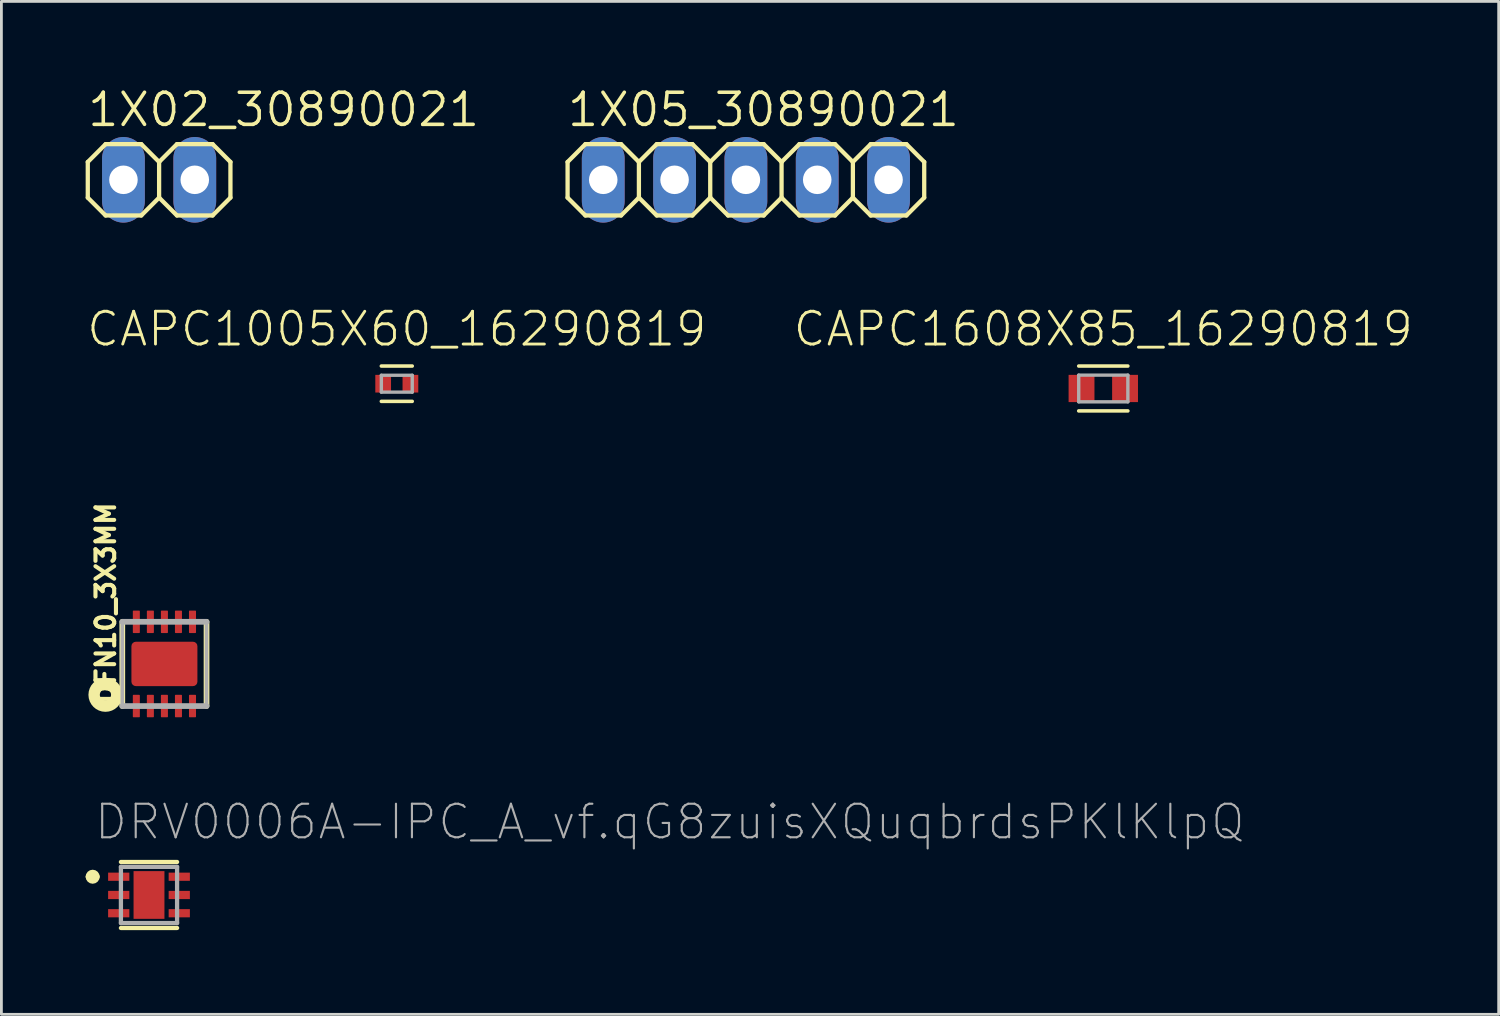
<source format=kicad_pcb>
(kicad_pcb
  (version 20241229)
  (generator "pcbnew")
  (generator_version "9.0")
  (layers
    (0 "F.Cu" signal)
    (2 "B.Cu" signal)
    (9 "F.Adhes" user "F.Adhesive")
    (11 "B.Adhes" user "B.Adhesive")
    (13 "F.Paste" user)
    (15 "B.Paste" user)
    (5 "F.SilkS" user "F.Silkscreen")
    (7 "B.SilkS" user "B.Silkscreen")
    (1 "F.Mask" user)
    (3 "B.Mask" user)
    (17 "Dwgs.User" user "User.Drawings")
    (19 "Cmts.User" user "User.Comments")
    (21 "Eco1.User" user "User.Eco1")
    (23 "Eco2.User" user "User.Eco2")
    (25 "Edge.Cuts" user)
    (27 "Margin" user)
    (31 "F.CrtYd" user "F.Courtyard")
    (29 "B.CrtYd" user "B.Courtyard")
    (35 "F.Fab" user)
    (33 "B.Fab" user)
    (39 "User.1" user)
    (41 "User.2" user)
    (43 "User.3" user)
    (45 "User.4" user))
  (footprint "CAPC1005X60_16290819"
    (layer "F.Cu")
    (at 11.08 10.614)
    (property "Reference" "CAPC1005X60_16290819" (at 0 -1.264 0) (unlocked yes) (layer "F.SilkS") (effects (font (size 1.168 1.168) (thickness 0.102)) (justify bottom)))
    (fp_line (start 0.55 -0.629) (end -0.55 -0.629) (stroke (width 0.127) (type solid)) (layer "F.SilkS"))
    (fp_line (start 0.55 0.629) (end -0.55 0.629) (stroke (width 0.127) (type solid)) (layer "F.SilkS"))
    (fp_line (start -0.55 -0.3) (end 0.55 -0.3) (stroke (width 0.12) (type solid)) (layer "F.Fab"))
    (fp_line (start -0.55 0.3) (end -0.55 -0.3) (stroke (width 0.12) (type solid)) (layer "F.Fab"))
    (fp_line (start 0.55 -0.3) (end 0.55 0.3) (stroke (width 0.12) (type solid)) (layer "F.Fab"))
    (fp_line (start 0.55 0.3) (end -0.55 0.3) (stroke (width 0.12) (type solid)) (layer "F.Fab"))
    (pad "1" smd rect (at -0.485 0) (size 0.56 0.629) (layers "F.Cu" "F.Mask" "F.Paste"))
    (pad "2" smd rect (at 0.485 0) (size 0.56 0.629) (layers "F.Cu" "F.Mask" "F.Paste")))
  (footprint "CAPC1608X85_16290819"
    (layer "F.Cu")
    (at 36.239 10.784)
    (property "Reference" "CAPC1608X85_16290819" (at 0 -1.434 0) (unlocked yes) (layer "F.SilkS") (effects (font (size 1.168 1.168) (thickness 0.102)) (justify bottom)))
    (fp_line (start 0.875 -0.799) (end -0.875 -0.799) (stroke (width 0.127) (type solid)) (layer "F.SilkS"))
    (fp_line (start 0.875 0.799) (end -0.875 0.799) (stroke (width 0.127) (type solid)) (layer "F.SilkS"))
    (fp_line (start -0.875 -0.475) (end 0.875 -0.475) (stroke (width 0.12) (type solid)) (layer "F.Fab"))
    (fp_line (start -0.875 0.475) (end -0.875 -0.475) (stroke (width 0.12) (type solid)) (layer "F.Fab"))
    (fp_line (start 0.875 -0.475) (end 0.875 0.475) (stroke (width 0.12) (type solid)) (layer "F.Fab"))
    (fp_line (start 0.875 0.475) (end -0.875 0.475) (stroke (width 0.12) (type solid)) (layer "F.Fab"))
    (pad "1" smd rect (at -0.775 0) (size 0.921 0.97) (layers "F.Cu" "F.Mask" "F.Paste"))
    (pad "2" smd rect (at 0.775 0) (size 0.921 0.97) (layers "F.Cu" "F.Mask" "F.Paste")))
  (footprint "DFN10_3X3MM"
    (layer "F.Cu")
    (at 2.805 20.593)
    (property "Reference" "DFN10_3X3MM" (at -1.7 1.5 90) (unlocked yes) (layer "F.SilkS") (effects (font (size 0.666 0.666) (thickness 0.146)) (justify left bottom)))
    (fp_line (start -1.5 -1.5) (end -1.5 1.5) (stroke (width 0.203) (type solid)) (layer "F.SilkS"))
    (fp_line (start 1.5 -1.5) (end 1.5 1.5) (stroke (width 0.203) (type solid)) (layer "F.SilkS"))
    (fp_circle (center -2.1 1.1) (end -1.9 1.1) (stroke (width 0.406) (type solid)) (fill no) (layer "F.SilkS"))
    (fp_poly (pts (xy -1 -0.1) (xy -0.5 -0.1) (xy -0.5 -0.6) (xy -1 -0.6)) (stroke (width 0) (type default)) (fill yes) (layer "F.Paste"))
    (fp_poly (pts (xy -1 0.6) (xy -0.5 0.6) (xy -0.5 0.1) (xy -1 0.1)) (stroke (width 0) (type default)) (fill yes) (layer "F.Paste"))
    (fp_poly (pts (xy -0.3 0.6) (xy 0.3 0.6) (xy 0.3 -0.6) (xy -0.3 -0.6)) (stroke (width 0) (type default)) (fill yes) (layer "F.Paste"))
    (fp_poly (pts (xy 0.5 -0.1) (xy 1 -0.1) (xy 1 -0.6) (xy 0.5 -0.6)) (stroke (width 0) (type default)) (fill yes) (layer "F.Paste"))
    (fp_poly (pts (xy 0.5 0.6) (xy 1 0.6) (xy 1 0.1) (xy 0.5 0.1)) (stroke (width 0) (type default)) (fill yes) (layer "F.Paste"))
    (fp_line (start -1.5 -1.5) (end 1.5 -1.5) (stroke (width 0.203) (type solid)) (layer "F.Fab"))
    (fp_line (start -1.5 1.5) (end -1.5 -1.5) (stroke (width 0.127) (type solid)) (layer "F.Fab"))
    (fp_line (start 1.5 -1.5) (end 1.5 1.5) (stroke (width 0.127) (type solid)) (layer "F.Fab"))
    (fp_line (start 1.5 1.5) (end -1.5 1.5) (stroke (width 0.203) (type solid)) (layer "F.Fab"))
    (pad "1" smd roundrect (at -1 1.5) (size 0.25 0.8) (layers "F.Cu" "F.Mask" "F.Paste") (roundrect_rratio 0.1))
    (pad "2" smd roundrect (at -0.5 1.5) (size 0.25 0.8) (layers "F.Cu" "F.Mask" "F.Paste") (roundrect_rratio 0.1))
    (pad "3" smd roundrect (at 0 1.5) (size 0.25 0.8) (layers "F.Cu" "F.Mask" "F.Paste") (roundrect_rratio 0.1))
    (pad "4" smd roundrect (at 0.5 1.5) (size 0.25 0.8) (layers "F.Cu" "F.Mask" "F.Paste") (roundrect_rratio 0.1))
    (pad "5" smd roundrect (at 1 1.5) (size 0.25 0.8) (layers "F.Cu" "F.Mask" "F.Paste") (roundrect_rratio 0.1))
    (pad "6" smd roundrect (at 1 -1.5) (size 0.25 0.8) (layers "F.Cu" "F.Mask" "F.Paste") (roundrect_rratio 0.1))
    (pad "7" smd roundrect (at 0.5 -1.5) (size 0.25 0.8) (layers "F.Cu" "F.Mask" "F.Paste") (roundrect_rratio 0.1))
    (pad "8" smd roundrect (at 0 -1.5) (size 0.25 0.8) (layers "F.Cu" "F.Mask" "F.Paste") (roundrect_rratio 0.1))
    (pad "9" smd roundrect (at -0.5 -1.5) (size 0.25 0.8) (layers "F.Cu" "F.Mask" "F.Paste") (roundrect_rratio 0.1))
    (pad "10" smd roundrect (at -1 -1.5) (size 0.25 0.8) (layers "F.Cu" "F.Mask" "F.Paste") (roundrect_rratio 0.1))
    (pad "GND" smd roundrect (at 0 0) (size 2.35 1.58) (layers "F.Cu" "F.Mask") (roundrect_rratio 0.1)))
  (footprint "1X05_30890021"
    (layer "F.Cu")
    (at 23.512 3.353)
    (property "Reference" "1X05_30890021" (at -6.426 -1.829 0) (unlocked yes) (layer "F.SilkS") (effects (font (size 1.143 1.143) (thickness 0.127)) (justify left bottom)))
    (fp_line (start -6.35 -0.635) (end -6.35 0.635) (stroke (width 0.152) (type solid)) (layer "F.SilkS"))
    (fp_line (start -6.35 0.635) (end -5.715 1.27) (stroke (width 0.152) (type solid)) (layer "F.SilkS"))
    (fp_line (start -5.715 -1.27) (end -6.35 -0.635) (stroke (width 0.152) (type solid)) (layer "F.SilkS"))
    (fp_line (start -5.715 -1.27) (end -4.445 -1.27) (stroke (width 0.152) (type solid)) (layer "F.SilkS"))
    (fp_line (start -4.445 -1.27) (end -3.81 -0.635) (stroke (width 0.152) (type solid)) (layer "F.SilkS"))
    (fp_line (start -4.445 1.27) (end -5.715 1.27) (stroke (width 0.152) (type solid)) (layer "F.SilkS"))
    (fp_line (start -3.81 -0.635) (end -3.81 0.635) (stroke (width 0.152) (type solid)) (layer "F.SilkS"))
    (fp_line (start -3.81 -0.635) (end -3.175 -1.27) (stroke (width 0.152) (type solid)) (layer "F.SilkS"))
    (fp_line (start -3.81 0.635) (end -4.445 1.27) (stroke (width 0.152) (type solid)) (layer "F.SilkS"))
    (fp_line (start -3.175 -1.27) (end -1.905 -1.27) (stroke (width 0.152) (type solid)) (layer "F.SilkS"))
    (fp_line (start -3.175 1.27) (end -3.81 0.635) (stroke (width 0.152) (type solid)) (layer "F.SilkS"))
    (fp_line (start -1.905 -1.27) (end -1.27 -0.635) (stroke (width 0.152) (type solid)) (layer "F.SilkS"))
    (fp_line (start -1.905 1.27) (end -3.175 1.27) (stroke (width 0.152) (type solid)) (layer "F.SilkS"))
    (fp_line (start -1.27 -0.635) (end -1.27 0.635) (stroke (width 0.152) (type solid)) (layer "F.SilkS"))
    (fp_line (start -1.27 -0.635) (end -0.635 -1.27) (stroke (width 0.152) (type solid)) (layer "F.SilkS"))
    (fp_line (start -1.27 0.635) (end -1.905 1.27) (stroke (width 0.152) (type solid)) (layer "F.SilkS"))
    (fp_line (start -0.635 -1.27) (end 0.635 -1.27) (stroke (width 0.152) (type solid)) (layer "F.SilkS"))
    (fp_line (start -0.635 1.27) (end -1.27 0.635) (stroke (width 0.152) (type solid)) (layer "F.SilkS"))
    (fp_line (start 0.635 -1.27) (end 1.27 -0.635) (stroke (width 0.152) (type solid)) (layer "F.SilkS"))
    (fp_line (start 0.635 1.27) (end -0.635 1.27) (stroke (width 0.152) (type solid)) (layer "F.SilkS"))
    (fp_line (start 1.27 -0.635) (end 1.27 0.635) (stroke (width 0.152) (type solid)) (layer "F.SilkS"))
    (fp_line (start 1.27 0.635) (end 0.635 1.27) (stroke (width 0.152) (type solid)) (layer "F.SilkS"))
    (fp_line (start 1.27 0.635) (end 1.905 1.27) (stroke (width 0.152) (type solid)) (layer "F.SilkS"))
    (fp_line (start 1.905 -1.27) (end 1.27 -0.635) (stroke (width 0.152) (type solid)) (layer "F.SilkS"))
    (fp_line (start 1.905 -1.27) (end 3.175 -1.27) (stroke (width 0.152) (type solid)) (layer "F.SilkS"))
    (fp_line (start 3.175 -1.27) (end 3.81 -0.635) (stroke (width 0.152) (type solid)) (layer "F.SilkS"))
    (fp_line (start 3.175 1.27) (end 1.905 1.27) (stroke (width 0.152) (type solid)) (layer "F.SilkS"))
    (fp_line (start 3.81 -0.635) (end 3.81 0.635) (stroke (width 0.152) (type solid)) (layer "F.SilkS"))
    (fp_line (start 3.81 0.635) (end 3.175 1.27) (stroke (width 0.152) (type solid)) (layer "F.SilkS"))
    (fp_line (start 3.81 0.635) (end 4.445 1.27) (stroke (width 0.152) (type solid)) (layer "F.SilkS"))
    (fp_line (start 4.445 -1.27) (end 3.81 -0.635) (stroke (width 0.152) (type solid)) (layer "F.SilkS"))
    (fp_line (start 4.445 -1.27) (end 5.715 -1.27) (stroke (width 0.152) (type solid)) (layer "F.SilkS"))
    (fp_line (start 5.715 -1.27) (end 6.35 -0.635) (stroke (width 0.152) (type solid)) (layer "F.SilkS"))
    (fp_line (start 5.715 1.27) (end 4.445 1.27) (stroke (width 0.152) (type solid)) (layer "F.SilkS"))
    (fp_line (start 6.35 -0.635) (end 6.35 0.635) (stroke (width 0.152) (type solid)) (layer "F.SilkS"))
    (fp_line (start 6.35 0.635) (end 5.715 1.27) (stroke (width 0.152) (type solid)) (layer "F.SilkS"))
    (fp_poly (pts (xy -5.334 0.254) (xy -4.826 0.254) (xy -4.826 -0.254) (xy -5.334 -0.254)) (stroke (width 0.1) (type default)) (fill no) (layer "F.Fab"))
    (fp_poly (pts (xy -2.794 0.254) (xy -2.286 0.254) (xy -2.286 -0.254) (xy -2.794 -0.254)) (stroke (width 0.1) (type default)) (fill no) (layer "F.Fab"))
    (fp_poly (pts (xy -0.254 0.254) (xy 0.254 0.254) (xy 0.254 -0.254) (xy -0.254 -0.254)) (stroke (width 0.1) (type default)) (fill no) (layer "F.Fab"))
    (fp_poly (pts (xy 2.286 0.254) (xy 2.794 0.254) (xy 2.794 -0.254) (xy 2.286 -0.254)) (stroke (width 0.1) (type default)) (fill no) (layer "F.Fab"))
    (fp_poly (pts (xy 4.826 0.254) (xy 5.334 0.254) (xy 5.334 -0.254) (xy 4.826 -0.254)) (stroke (width 0.1) (type default)) (fill no) (layer "F.Fab"))
    (pad "1" thru_hole oval (at -5.08 0 90) (size 3.048 1.524) (drill 1.016) (layers "*.Cu" "*.Mask"))
    (pad "2" thru_hole oval (at -2.54 0 90) (size 3.048 1.524) (drill 1.016) (layers "*.Cu" "*.Mask"))
    (pad "3" thru_hole oval (at 0 0 90) (size 3.048 1.524) (drill 1.016) (layers "*.Cu" "*.Mask"))
    (pad "4" thru_hole oval (at 2.54 0 90) (size 3.048 1.524) (drill 1.016) (layers "*.Cu" "*.Mask"))
    (pad "5" thru_hole oval (at 5.08 0 90) (size 3.048 1.524) (drill 1.016) (layers "*.Cu" "*.Mask")))
  (footprint "DRV0006A-IPC_A_vf.qG8zuisXQuqbrdsPKlKlpQ"
    (layer "F.Cu")
    (at 2.256 28.821)
    (property "Reference" "DRV0006A-IPC_A_vf.qG8zuisXQuqbrdsPKlKlpQ" (at -2.001 -1.905 0) (unlocked yes) (layer "F.Fab") (effects (font (size 1.194 1.194) (thickness 0.076)) (justify left bottom)))
    (fp_line (start -1 -1.175) (end 1 -1.175) (stroke (width 0.152) (type solid)) (layer "F.SilkS"))
    (fp_line (start -1 1.175) (end 1 1.175) (stroke (width 0.152) (type solid)) (layer "F.SilkS"))
    (fp_arc (start -2.1311 -0.65) (mid -2.0061 -0.775) (end -1.8811 -0.65) (stroke (width 0.25) (type solid)) (layer "F.SilkS"))
    (fp_arc (start -1.8811 -0.65) (mid -2.0061 -0.525) (end -2.1311 -0.65) (stroke (width 0.25) (type solid)) (layer "F.SilkS"))
    (fp_poly (pts (xy 0.32 0.62) (xy -0.32 0.62) (xy -0.32 -0.62) (xy 0.32 -0.62)) (stroke (width 0) (type default)) (fill yes) (layer "F.Paste"))
    (fp_line (start -1 -1) (end 1 -1) (stroke (width 0.152) (type solid)) (layer "F.Fab"))
    (fp_line (start -1 1) (end -1 -1) (stroke (width 0.152) (type solid)) (layer "F.Fab"))
    (fp_line (start -1 1) (end 1 1) (stroke (width 0.152) (type solid)) (layer "F.Fab"))
    (fp_line (start 1 1) (end 1 -1) (stroke (width 0.152) (type solid)) (layer "F.Fab"))
    (pad "1" smd rect (at -1.078 -0.65) (size 0.756 0.292) (layers "F.Cu" "F.Mask" "F.Paste"))
    (pad "2" smd rect (at -1.078 0) (size 0.756 0.292) (layers "F.Cu" "F.Mask" "F.Paste"))
    (pad "3" smd rect (at -1.078 0.65) (size 0.756 0.292) (layers "F.Cu" "F.Mask" "F.Paste"))
    (pad "4" smd rect (at 1.078 0.65) (size 0.756 0.292) (layers "F.Cu" "F.Mask" "F.Paste"))
    (pad "5" smd rect (at 1.078 0) (size 0.756 0.292) (layers "F.Cu" "F.Mask" "F.Paste"))
    (pad "6" smd rect (at 1.078 -0.65) (size 0.756 0.292) (layers "F.Cu" "F.Mask" "F.Paste"))
    (pad "7" smd rect (at 0 0) (size 1.1 1.7) (layers "F.Cu" "F.Mask")))
  (footprint "1X02_30890021"
    (layer "F.Cu")
    (at 2.616 3.353)
    (property "Reference" "1X02_30890021" (at -2.616 -1.829 0) (unlocked yes) (layer "F.SilkS") (effects (font (size 1.143 1.143) (thickness 0.127)) (justify left bottom)))
    (fp_line (start -2.54 -0.635) (end -2.54 0.635) (stroke (width 0.152) (type solid)) (layer "F.SilkS"))
    (fp_line (start -2.54 0.635) (end -1.905 1.27) (stroke (width 0.152) (type solid)) (layer "F.SilkS"))
    (fp_line (start -1.905 -1.27) (end -2.54 -0.635) (stroke (width 0.152) (type solid)) (layer "F.SilkS"))
    (fp_line (start -1.905 -1.27) (end -0.635 -1.27) (stroke (width 0.152) (type solid)) (layer "F.SilkS"))
    (fp_line (start -0.635 -1.27) (end 0 -0.635) (stroke (width 0.152) (type solid)) (layer "F.SilkS"))
    (fp_line (start -0.635 1.27) (end -1.905 1.27) (stroke (width 0.152) (type solid)) (layer "F.SilkS"))
    (fp_line (start 0 -0.635) (end 0 0.635) (stroke (width 0.152) (type solid)) (layer "F.SilkS"))
    (fp_line (start 0 -0.635) (end 0.635 -1.27) (stroke (width 0.152) (type solid)) (layer "F.SilkS"))
    (fp_line (start 0 0.635) (end -0.635 1.27) (stroke (width 0.152) (type solid)) (layer "F.SilkS"))
    (fp_line (start 0.635 -1.27) (end 1.905 -1.27) (stroke (width 0.152) (type solid)) (layer "F.SilkS"))
    (fp_line (start 0.635 1.27) (end 0 0.635) (stroke (width 0.152) (type solid)) (layer "F.SilkS"))
    (fp_line (start 1.905 -1.27) (end 2.54 -0.635) (stroke (width 0.152) (type solid)) (layer "F.SilkS"))
    (fp_line (start 1.905 1.27) (end 0.635 1.27) (stroke (width 0.152) (type solid)) (layer "F.SilkS"))
    (fp_line (start 2.54 -0.635) (end 2.54 0.635) (stroke (width 0.152) (type solid)) (layer "F.SilkS"))
    (fp_line (start 2.54 0.635) (end 1.905 1.27) (stroke (width 0.152) (type solid)) (layer "F.SilkS"))
    (fp_poly (pts (xy -1.524 0.254) (xy -1.016 0.254) (xy -1.016 -0.254) (xy -1.524 -0.254)) (stroke (width 0.1) (type default)) (fill no) (layer "F.Fab"))
    (fp_poly (pts (xy 1.016 0.254) (xy 1.524 0.254) (xy 1.524 -0.254) (xy 1.016 -0.254)) (stroke (width 0.1) (type default)) (fill no) (layer "F.Fab"))
    (pad "1" thru_hole oval (at -1.27 0 90) (size 3.048 1.524) (drill 1.016) (layers "*.Cu" "*.Mask"))
    (pad "2" thru_hole oval (at 1.27 0 90) (size 3.048 1.524) (drill 1.016) (layers "*.Cu" "*.Mask")))
  (gr_rect
    (start -3 -3)
    (end 50.319 33.072)
    (stroke (width 0.1) (type default))
    (fill no)
    (layer "Edge.Cuts")))
</source>
